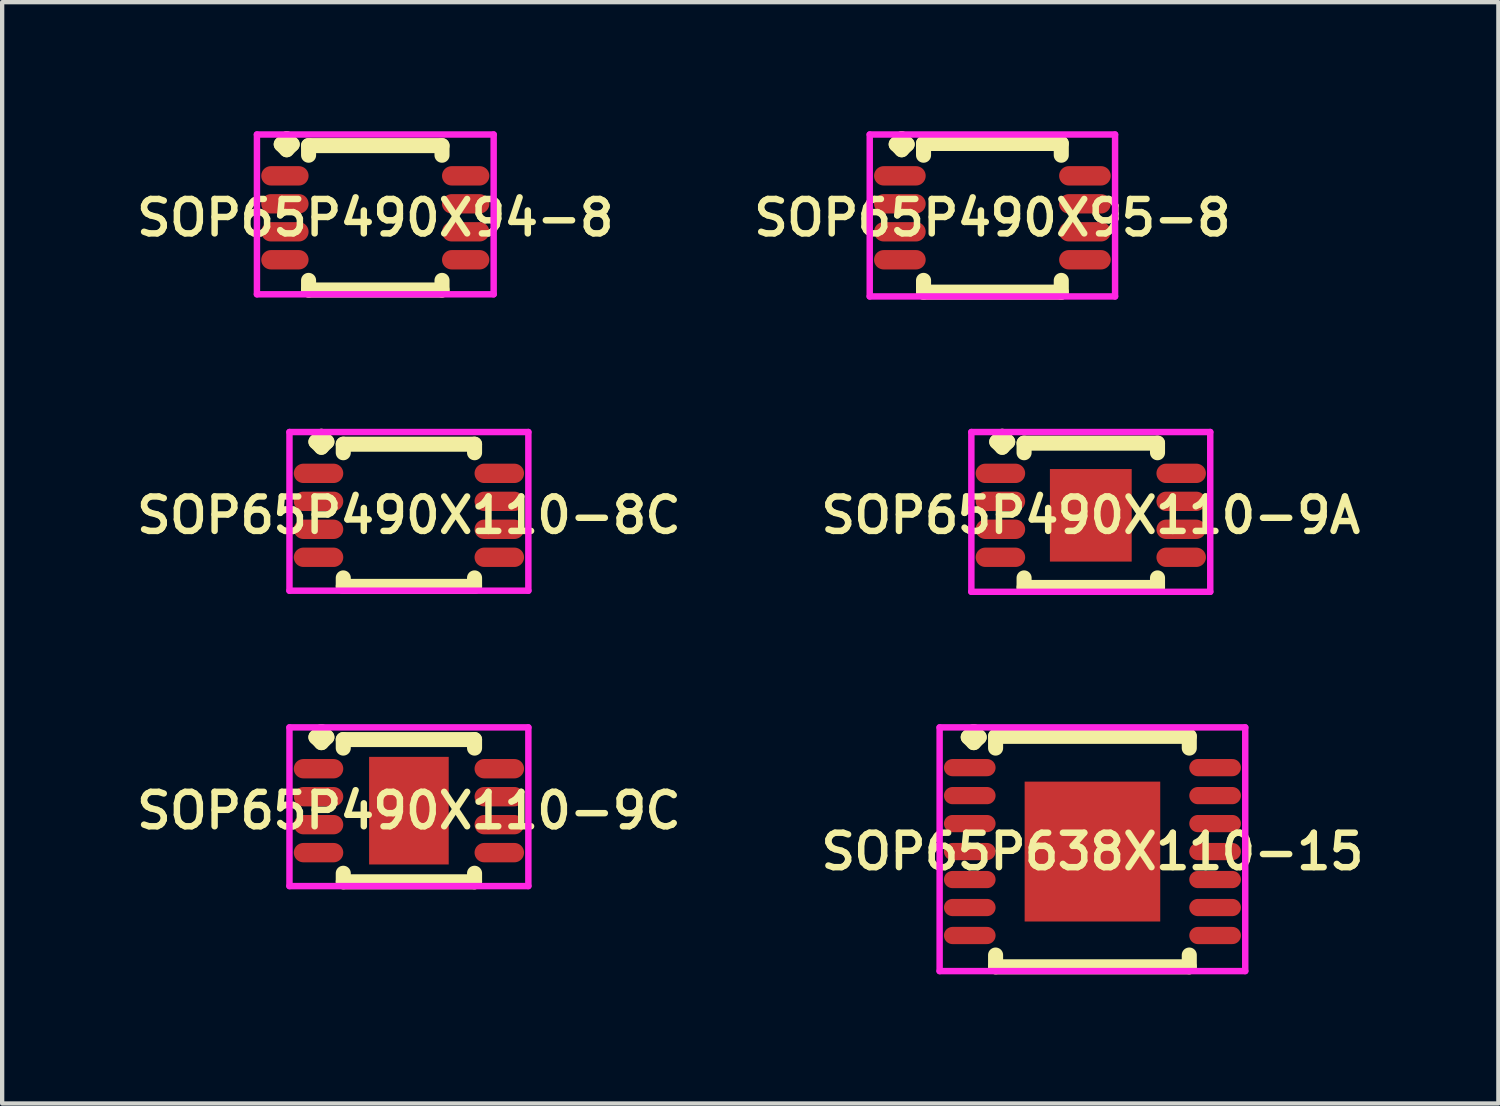
<source format=kicad_pcb>
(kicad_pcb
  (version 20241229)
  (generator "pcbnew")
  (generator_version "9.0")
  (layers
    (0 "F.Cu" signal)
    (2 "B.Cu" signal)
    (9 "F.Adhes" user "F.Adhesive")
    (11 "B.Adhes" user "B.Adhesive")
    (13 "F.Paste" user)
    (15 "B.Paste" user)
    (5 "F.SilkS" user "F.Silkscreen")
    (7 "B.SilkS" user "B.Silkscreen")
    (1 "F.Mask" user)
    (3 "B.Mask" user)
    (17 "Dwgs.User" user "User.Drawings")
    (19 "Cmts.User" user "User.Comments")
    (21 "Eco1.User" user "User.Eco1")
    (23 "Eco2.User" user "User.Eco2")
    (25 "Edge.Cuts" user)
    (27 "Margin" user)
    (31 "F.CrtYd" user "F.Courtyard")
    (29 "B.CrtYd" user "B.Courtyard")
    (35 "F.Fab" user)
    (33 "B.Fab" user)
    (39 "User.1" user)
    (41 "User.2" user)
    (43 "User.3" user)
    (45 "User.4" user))
  (footprint "SOP65P638X110-15"
    (layer "F.Cu")
    (at 22.33 16.734)
    (property "Reference" "SOP65P638X110-15" (at 0 0 0) (layer "F.SilkS") (effects (font (size 0.8 0.8) (thickness 0.15))))
    (attr smd)
    (fp_line (start -2.885 -2.658) (end -2.758 -2.785) (stroke (width 0.35) (type solid)) (layer "F.SilkS"))
    (fp_line (start -2.758 -2.785) (end -2.631 -2.658) (stroke (width 0.35) (type solid)) (layer "F.SilkS"))
    (fp_line (start -2.758 -2.531) (end -2.885 -2.658) (stroke (width 0.35) (type solid)) (layer "F.SilkS"))
    (fp_line (start -2.631 -2.658) (end -2.758 -2.531) (stroke (width 0.35) (type solid)) (layer "F.SilkS"))
    (fp_line (start -2.25 -2.677) (end 2.25 -2.677) (stroke (width 0.35) (type solid)) (layer "F.SilkS"))
    (fp_line (start -2.25 -2.404) (end -2.25 -2.677) (stroke (width 0.35) (type solid)) (layer "F.SilkS"))
    (fp_line (start -2.25 2.404) (end -2.25 2.677) (stroke (width 0.35) (type solid)) (layer "F.SilkS"))
    (fp_line (start -2.25 2.677) (end 2.25 2.677) (stroke (width 0.35) (type solid)) (layer "F.SilkS"))
    (fp_line (start 2.25 -2.677) (end 2.25 -2.404) (stroke (width 0.35) (type solid)) (layer "F.SilkS"))
    (fp_line (start 2.25 2.677) (end 2.25 2.404) (stroke (width 0.35) (type solid)) (layer "F.SilkS"))
    (fp_line (start -3.55 -2.885) (end 3.55 -2.885) (stroke (width 0.15) (type solid)) (layer "F.CrtYd"))
    (fp_line (start -3.55 2.777) (end -3.55 -2.885) (stroke (width 0.15) (type solid)) (layer "F.CrtYd"))
    (fp_line (start 3.55 -2.885) (end 3.55 2.777) (stroke (width 0.15) (type solid)) (layer "F.CrtYd"))
    (fp_line (start 3.55 2.777) (end -3.55 2.777) (stroke (width 0.15) (type solid)) (layer "F.CrtYd"))
    (pad "1" smd oval (at -2.85 -1.95) (size 1.2 0.4) (layers "F.Cu" "F.Mask" "F.Paste"))
    (pad "2" smd oval (at -2.85 -1.3) (size 1.2 0.4) (layers "F.Cu" "F.Mask" "F.Paste"))
    (pad "3" smd oval (at -2.85 -0.65) (size 1.2 0.4) (layers "F.Cu" "F.Mask" "F.Paste"))
    (pad "4" smd oval (at -2.85 0) (size 1.2 0.4) (layers "F.Cu" "F.Mask" "F.Paste"))
    (pad "5" smd oval (at -2.85 0.65) (size 1.2 0.4) (layers "F.Cu" "F.Mask" "F.Paste"))
    (pad "6" smd oval (at -2.85 1.3) (size 1.2 0.4) (layers "F.Cu" "F.Mask" "F.Paste"))
    (pad "7" smd oval (at -2.85 1.95) (size 1.2 0.4) (layers "F.Cu" "F.Mask" "F.Paste"))
    (pad "8" smd oval (at 2.85 1.95) (size 1.2 0.4) (layers "F.Cu" "F.Mask" "F.Paste"))
    (pad "9" smd oval (at 2.85 1.3) (size 1.2 0.4) (layers "F.Cu" "F.Mask" "F.Paste"))
    (pad "10" smd oval (at 2.85 0.65) (size 1.2 0.4) (layers "F.Cu" "F.Mask" "F.Paste"))
    (pad "11" smd oval (at 2.85 0) (size 1.2 0.4) (layers "F.Cu" "F.Mask" "F.Paste"))
    (pad "12" smd oval (at 2.85 -0.65) (size 1.2 0.4) (layers "F.Cu" "F.Mask" "F.Paste"))
    (pad "13" smd oval (at 2.85 -1.3) (size 1.2 0.4) (layers "F.Cu" "F.Mask" "F.Paste"))
    (pad "14" smd oval (at 2.85 -1.95) (size 1.2 0.4) (layers "F.Cu" "F.Mask" "F.Paste"))
    (pad "15" smd rect (at 0 0) (size 3.15 3.25) (layers "F.Cu" "F.Mask" "F.Paste")))
  (footprint "SOP65P490X110-8C"
    (layer "F.Cu")
    (at 6.45 8.922)
    (property "Reference" "SOP65P490X110-8C" (at 0 0 0) (layer "F.SilkS") (effects (font (size 0.8 0.8) (thickness 0.15))))
    (attr smd)
    (fp_line (start -2.16 -1.708) (end -2.033 -1.835) (stroke (width 0.35) (type solid)) (layer "F.SilkS"))
    (fp_line (start -2.033 -1.835) (end -1.906 -1.708) (stroke (width 0.35) (type solid)) (layer "F.SilkS"))
    (fp_line (start -2.033 -1.581) (end -2.16 -1.708) (stroke (width 0.35) (type solid)) (layer "F.SilkS"))
    (fp_line (start -1.906 -1.708) (end -2.033 -1.581) (stroke (width 0.35) (type solid)) (layer "F.SilkS"))
    (fp_line (start -1.525 -1.652) (end 1.525 -1.652) (stroke (width 0.35) (type solid)) (layer "F.SilkS"))
    (fp_line (start -1.525 -1.454) (end -1.525 -1.652) (stroke (width 0.35) (type solid)) (layer "F.SilkS"))
    (fp_line (start -1.525 1.454) (end -1.525 1.652) (stroke (width 0.35) (type solid)) (layer "F.SilkS"))
    (fp_line (start -1.525 1.652) (end 1.525 1.652) (stroke (width 0.35) (type solid)) (layer "F.SilkS"))
    (fp_line (start 1.525 -1.652) (end 1.525 -1.454) (stroke (width 0.35) (type solid)) (layer "F.SilkS"))
    (fp_line (start 1.525 1.652) (end 1.525 1.454) (stroke (width 0.35) (type solid)) (layer "F.SilkS"))
    (fp_line (start -2.775 -1.935) (end 2.775 -1.935) (stroke (width 0.15) (type solid)) (layer "F.CrtYd"))
    (fp_line (start -2.775 1.752) (end -2.775 -1.935) (stroke (width 0.15) (type solid)) (layer "F.CrtYd"))
    (fp_line (start 2.775 -1.935) (end 2.775 1.752) (stroke (width 0.15) (type solid)) (layer "F.CrtYd"))
    (fp_line (start 2.775 1.752) (end -2.775 1.752) (stroke (width 0.15) (type solid)) (layer "F.CrtYd"))
    (pad "1" smd oval (at -2.1 -0.975) (size 1.15 0.45) (layers "F.Cu" "F.Mask" "F.Paste"))
    (pad "2" smd oval (at -2.1 -0.325) (size 1.15 0.45) (layers "F.Cu" "F.Mask" "F.Paste"))
    (pad "3" smd oval (at -2.1 0.325) (size 1.15 0.45) (layers "F.Cu" "F.Mask" "F.Paste"))
    (pad "4" smd oval (at -2.1 0.975) (size 1.15 0.45) (layers "F.Cu" "F.Mask" "F.Paste"))
    (pad "5" smd oval (at 2.1 0.975) (size 1.15 0.45) (layers "F.Cu" "F.Mask" "F.Paste"))
    (pad "6" smd oval (at 2.1 0.325) (size 1.15 0.45) (layers "F.Cu" "F.Mask" "F.Paste"))
    (pad "7" smd oval (at 2.1 -0.325) (size 1.15 0.45) (layers "F.Cu" "F.Mask" "F.Paste"))
    (pad "8" smd oval (at 2.1 -0.975) (size 1.15 0.45) (layers "F.Cu" "F.Mask" "F.Paste")))
  (footprint "SOP65P490X94-8"
    (layer "F.Cu")
    (at 5.669 2.01)
    (property "Reference" "SOP65P490X94-8" (at 0 0 0) (layer "F.SilkS") (effects (font (size 0.8 0.8) (thickness 0.15))))
    (attr smd)
    (fp_line (start -2.185 -1.708) (end -2.058 -1.835) (stroke (width 0.35) (type solid)) (layer "F.SilkS"))
    (fp_line (start -2.058 -1.835) (end -1.931 -1.708) (stroke (width 0.35) (type solid)) (layer "F.SilkS"))
    (fp_line (start -2.058 -1.581) (end -2.185 -1.708) (stroke (width 0.35) (type solid)) (layer "F.SilkS"))
    (fp_line (start -1.931 -1.708) (end -2.058 -1.581) (stroke (width 0.35) (type solid)) (layer "F.SilkS"))
    (fp_line (start -1.55 -1.677) (end 1.55 -1.677) (stroke (width 0.35) (type solid)) (layer "F.SilkS"))
    (fp_line (start -1.55 -1.454) (end -1.55 -1.677) (stroke (width 0.35) (type solid)) (layer "F.SilkS"))
    (fp_line (start -1.55 1.454) (end -1.55 1.677) (stroke (width 0.35) (type solid)) (layer "F.SilkS"))
    (fp_line (start -1.55 1.677) (end 1.55 1.677) (stroke (width 0.35) (type solid)) (layer "F.SilkS"))
    (fp_line (start 1.55 -1.677) (end 1.55 -1.454) (stroke (width 0.35) (type solid)) (layer "F.SilkS"))
    (fp_line (start 1.55 1.677) (end 1.55 1.454) (stroke (width 0.35) (type solid)) (layer "F.SilkS"))
    (fp_line (start -2.75 -1.935) (end 2.75 -1.935) (stroke (width 0.15) (type solid)) (layer "F.CrtYd"))
    (fp_line (start -2.75 1.777) (end -2.75 -1.935) (stroke (width 0.15) (type solid)) (layer "F.CrtYd"))
    (fp_line (start 2.75 -1.935) (end 2.75 1.777) (stroke (width 0.15) (type solid)) (layer "F.CrtYd"))
    (fp_line (start 2.75 1.777) (end -2.75 1.777) (stroke (width 0.15) (type solid)) (layer "F.CrtYd"))
    (pad "1" smd oval (at -2.1 -0.975) (size 1.1 0.45) (layers "F.Cu" "F.Mask" "F.Paste"))
    (pad "2" smd oval (at -2.1 -0.325) (size 1.1 0.45) (layers "F.Cu" "F.Mask" "F.Paste"))
    (pad "3" smd oval (at -2.1 0.325) (size 1.1 0.45) (layers "F.Cu" "F.Mask" "F.Paste"))
    (pad "4" smd oval (at -2.1 0.975) (size 1.1 0.45) (layers "F.Cu" "F.Mask" "F.Paste"))
    (pad "5" smd oval (at 2.1 0.975) (size 1.1 0.45) (layers "F.Cu" "F.Mask" "F.Paste"))
    (pad "6" smd oval (at 2.1 0.325) (size 1.1 0.45) (layers "F.Cu" "F.Mask" "F.Paste"))
    (pad "7" smd oval (at 2.1 -0.325) (size 1.1 0.45) (layers "F.Cu" "F.Mask" "F.Paste"))
    (pad "8" smd oval (at 2.1 -0.975) (size 1.1 0.45) (layers "F.Cu" "F.Mask" "F.Paste")))
  (footprint "SOP65P490X110-9C"
    (layer "F.Cu")
    (at 6.45 15.784)
    (property "Reference" "SOP65P490X110-9C" (at 0 0 0) (layer "F.SilkS") (effects (font (size 0.8 0.8) (thickness 0.15))))
    (attr smd)
    (fp_line (start -2.16 -1.708) (end -2.033 -1.835) (stroke (width 0.35) (type solid)) (layer "F.SilkS"))
    (fp_line (start -2.033 -1.835) (end -1.906 -1.708) (stroke (width 0.35) (type solid)) (layer "F.SilkS"))
    (fp_line (start -2.033 -1.581) (end -2.16 -1.708) (stroke (width 0.35) (type solid)) (layer "F.SilkS"))
    (fp_line (start -1.906 -1.708) (end -2.033 -1.581) (stroke (width 0.35) (type solid)) (layer "F.SilkS"))
    (fp_line (start -1.525 -1.652) (end 1.525 -1.652) (stroke (width 0.35) (type solid)) (layer "F.SilkS"))
    (fp_line (start -1.525 -1.454) (end -1.525 -1.652) (stroke (width 0.35) (type solid)) (layer "F.SilkS"))
    (fp_line (start -1.525 1.454) (end -1.525 1.652) (stroke (width 0.35) (type solid)) (layer "F.SilkS"))
    (fp_line (start -1.525 1.652) (end 1.525 1.652) (stroke (width 0.35) (type solid)) (layer "F.SilkS"))
    (fp_line (start 1.525 -1.652) (end 1.525 -1.454) (stroke (width 0.35) (type solid)) (layer "F.SilkS"))
    (fp_line (start 1.525 1.652) (end 1.525 1.454) (stroke (width 0.35) (type solid)) (layer "F.SilkS"))
    (fp_line (start -2.775 -1.935) (end 2.775 -1.935) (stroke (width 0.15) (type solid)) (layer "F.CrtYd"))
    (fp_line (start -2.775 1.752) (end -2.775 -1.935) (stroke (width 0.15) (type solid)) (layer "F.CrtYd"))
    (fp_line (start 2.775 -1.935) (end 2.775 1.752) (stroke (width 0.15) (type solid)) (layer "F.CrtYd"))
    (fp_line (start 2.775 1.752) (end -2.775 1.752) (stroke (width 0.15) (type solid)) (layer "F.CrtYd"))
    (pad "1" smd oval (at -2.1 -0.975) (size 1.15 0.45) (layers "F.Cu" "F.Mask" "F.Paste"))
    (pad "2" smd oval (at -2.1 -0.325) (size 1.15 0.45) (layers "F.Cu" "F.Mask" "F.Paste"))
    (pad "3" smd oval (at -2.1 0.325) (size 1.15 0.45) (layers "F.Cu" "F.Mask" "F.Paste"))
    (pad "4" smd oval (at -2.1 0.975) (size 1.15 0.45) (layers "F.Cu" "F.Mask" "F.Paste"))
    (pad "5" smd oval (at 2.1 0.975) (size 1.15 0.45) (layers "F.Cu" "F.Mask" "F.Paste"))
    (pad "6" smd oval (at 2.1 0.325) (size 1.15 0.45) (layers "F.Cu" "F.Mask" "F.Paste"))
    (pad "7" smd oval (at 2.1 -0.325) (size 1.15 0.45) (layers "F.Cu" "F.Mask" "F.Paste"))
    (pad "8" smd oval (at 2.1 -0.975) (size 1.15 0.45) (layers "F.Cu" "F.Mask" "F.Paste"))
    (pad "9" smd rect (at 0 0) (size 1.85 2.5) (layers "F.Cu" "F.Mask" "F.Paste")))
  (footprint "SOP65P490X110-9A"
    (layer "F.Cu")
    (at 22.292 8.922)
    (property "Reference" "SOP65P490X110-9A" (at 0 0 0) (layer "F.SilkS") (effects (font (size 0.8 0.8) (thickness 0.15))))
    (attr smd)
    (fp_line (start -2.185 -1.708) (end -2.058 -1.835) (stroke (width 0.35) (type solid)) (layer "F.SilkS"))
    (fp_line (start -2.058 -1.835) (end -1.931 -1.708) (stroke (width 0.35) (type solid)) (layer "F.SilkS"))
    (fp_line (start -2.058 -1.581) (end -2.185 -1.708) (stroke (width 0.35) (type solid)) (layer "F.SilkS"))
    (fp_line (start -1.931 -1.708) (end -2.058 -1.581) (stroke (width 0.35) (type solid)) (layer "F.SilkS"))
    (fp_line (start -1.55 -1.677) (end 1.55 -1.677) (stroke (width 0.35) (type solid)) (layer "F.SilkS"))
    (fp_line (start -1.55 -1.454) (end -1.55 -1.677) (stroke (width 0.35) (type solid)) (layer "F.SilkS"))
    (fp_line (start -1.55 1.454) (end -1.55 1.677) (stroke (width 0.35) (type solid)) (layer "F.SilkS"))
    (fp_line (start -1.55 1.677) (end 1.55 1.677) (stroke (width 0.35) (type solid)) (layer "F.SilkS"))
    (fp_line (start 1.55 -1.677) (end 1.55 -1.454) (stroke (width 0.35) (type solid)) (layer "F.SilkS"))
    (fp_line (start 1.55 1.677) (end 1.55 1.454) (stroke (width 0.35) (type solid)) (layer "F.SilkS"))
    (fp_line (start -2.775 -1.935) (end 2.775 -1.935) (stroke (width 0.15) (type solid)) (layer "F.CrtYd"))
    (fp_line (start -2.775 1.777) (end -2.775 -1.935) (stroke (width 0.15) (type solid)) (layer "F.CrtYd"))
    (fp_line (start 2.775 -1.935) (end 2.775 1.777) (stroke (width 0.15) (type solid)) (layer "F.CrtYd"))
    (fp_line (start 2.775 1.777) (end -2.775 1.777) (stroke (width 0.15) (type solid)) (layer "F.CrtYd"))
    (pad "1" smd oval (at -2.1 -0.975) (size 1.15 0.45) (layers "F.Cu" "F.Mask" "F.Paste"))
    (pad "2" smd oval (at -2.1 -0.325) (size 1.15 0.45) (layers "F.Cu" "F.Mask" "F.Paste"))
    (pad "3" smd oval (at -2.1 0.325) (size 1.15 0.45) (layers "F.Cu" "F.Mask" "F.Paste"))
    (pad "4" smd oval (at -2.1 0.975) (size 1.15 0.45) (layers "F.Cu" "F.Mask" "F.Paste"))
    (pad "5" smd oval (at 2.1 0.975) (size 1.15 0.45) (layers "F.Cu" "F.Mask" "F.Paste"))
    (pad "6" smd oval (at 2.1 0.325) (size 1.15 0.45) (layers "F.Cu" "F.Mask" "F.Paste"))
    (pad "7" smd oval (at 2.1 -0.325) (size 1.15 0.45) (layers "F.Cu" "F.Mask" "F.Paste"))
    (pad "8" smd oval (at 2.1 -0.975) (size 1.15 0.45) (layers "F.Cu" "F.Mask" "F.Paste"))
    (pad "9" smd rect (at 0 0) (size 1.9 2.15) (layers "F.Cu" "F.Mask" "F.Paste")))
  (footprint "SOP65P490X95-8"
    (layer "F.Cu")
    (at 20.006 2.01)
    (property "Reference" "SOP65P490X95-8" (at 0 0 0) (layer "F.SilkS") (effects (font (size 0.8 0.8) (thickness 0.15))))
    (attr smd)
    (fp_line (start -2.235 -1.708) (end -2.108 -1.835) (stroke (width 0.35) (type solid)) (layer "F.SilkS"))
    (fp_line (start -2.108 -1.835) (end -1.981 -1.708) (stroke (width 0.35) (type solid)) (layer "F.SilkS"))
    (fp_line (start -2.108 -1.581) (end -2.235 -1.708) (stroke (width 0.35) (type solid)) (layer "F.SilkS"))
    (fp_line (start -1.981 -1.708) (end -2.108 -1.581) (stroke (width 0.35) (type solid)) (layer "F.SilkS"))
    (fp_line (start -1.6 -1.727) (end 1.6 -1.727) (stroke (width 0.35) (type solid)) (layer "F.SilkS"))
    (fp_line (start -1.6 -1.454) (end -1.6 -1.727) (stroke (width 0.35) (type solid)) (layer "F.SilkS"))
    (fp_line (start -1.6 1.454) (end -1.6 1.727) (stroke (width 0.35) (type solid)) (layer "F.SilkS"))
    (fp_line (start -1.6 1.727) (end 1.6 1.727) (stroke (width 0.35) (type solid)) (layer "F.SilkS"))
    (fp_line (start 1.6 -1.727) (end 1.6 -1.454) (stroke (width 0.35) (type solid)) (layer "F.SilkS"))
    (fp_line (start 1.6 1.727) (end 1.6 1.454) (stroke (width 0.35) (type solid)) (layer "F.SilkS"))
    (fp_line (start -2.85 -1.935) (end 2.85 -1.935) (stroke (width 0.15) (type solid)) (layer "F.CrtYd"))
    (fp_line (start -2.85 1.827) (end -2.85 -1.935) (stroke (width 0.15) (type solid)) (layer "F.CrtYd"))
    (fp_line (start 2.85 -1.935) (end 2.85 1.827) (stroke (width 0.15) (type solid)) (layer "F.CrtYd"))
    (fp_line (start 2.85 1.827) (end -2.85 1.827) (stroke (width 0.15) (type solid)) (layer "F.CrtYd"))
    (pad "1" smd oval (at -2.15 -0.975) (size 1.2 0.45) (layers "F.Cu" "F.Mask" "F.Paste"))
    (pad "2" smd oval (at -2.15 -0.325) (size 1.2 0.45) (layers "F.Cu" "F.Mask" "F.Paste"))
    (pad "3" smd oval (at -2.15 0.325) (size 1.2 0.45) (layers "F.Cu" "F.Mask" "F.Paste"))
    (pad "4" smd oval (at -2.15 0.975) (size 1.2 0.45) (layers "F.Cu" "F.Mask" "F.Paste"))
    (pad "5" smd oval (at 2.15 0.975) (size 1.2 0.45) (layers "F.Cu" "F.Mask" "F.Paste"))
    (pad "6" smd oval (at 2.15 0.325) (size 1.2 0.45) (layers "F.Cu" "F.Mask" "F.Paste"))
    (pad "7" smd oval (at 2.15 -0.325) (size 1.2 0.45) (layers "F.Cu" "F.Mask" "F.Paste"))
    (pad "8" smd oval (at 2.15 -0.975) (size 1.2 0.45) (layers "F.Cu" "F.Mask" "F.Paste")))
  (gr_rect
    (start -3 -3)
    (end 31.761 22.586)
    (stroke (width 0.1) (type default))
    (fill no)
    (layer "Edge.Cuts")))
</source>
